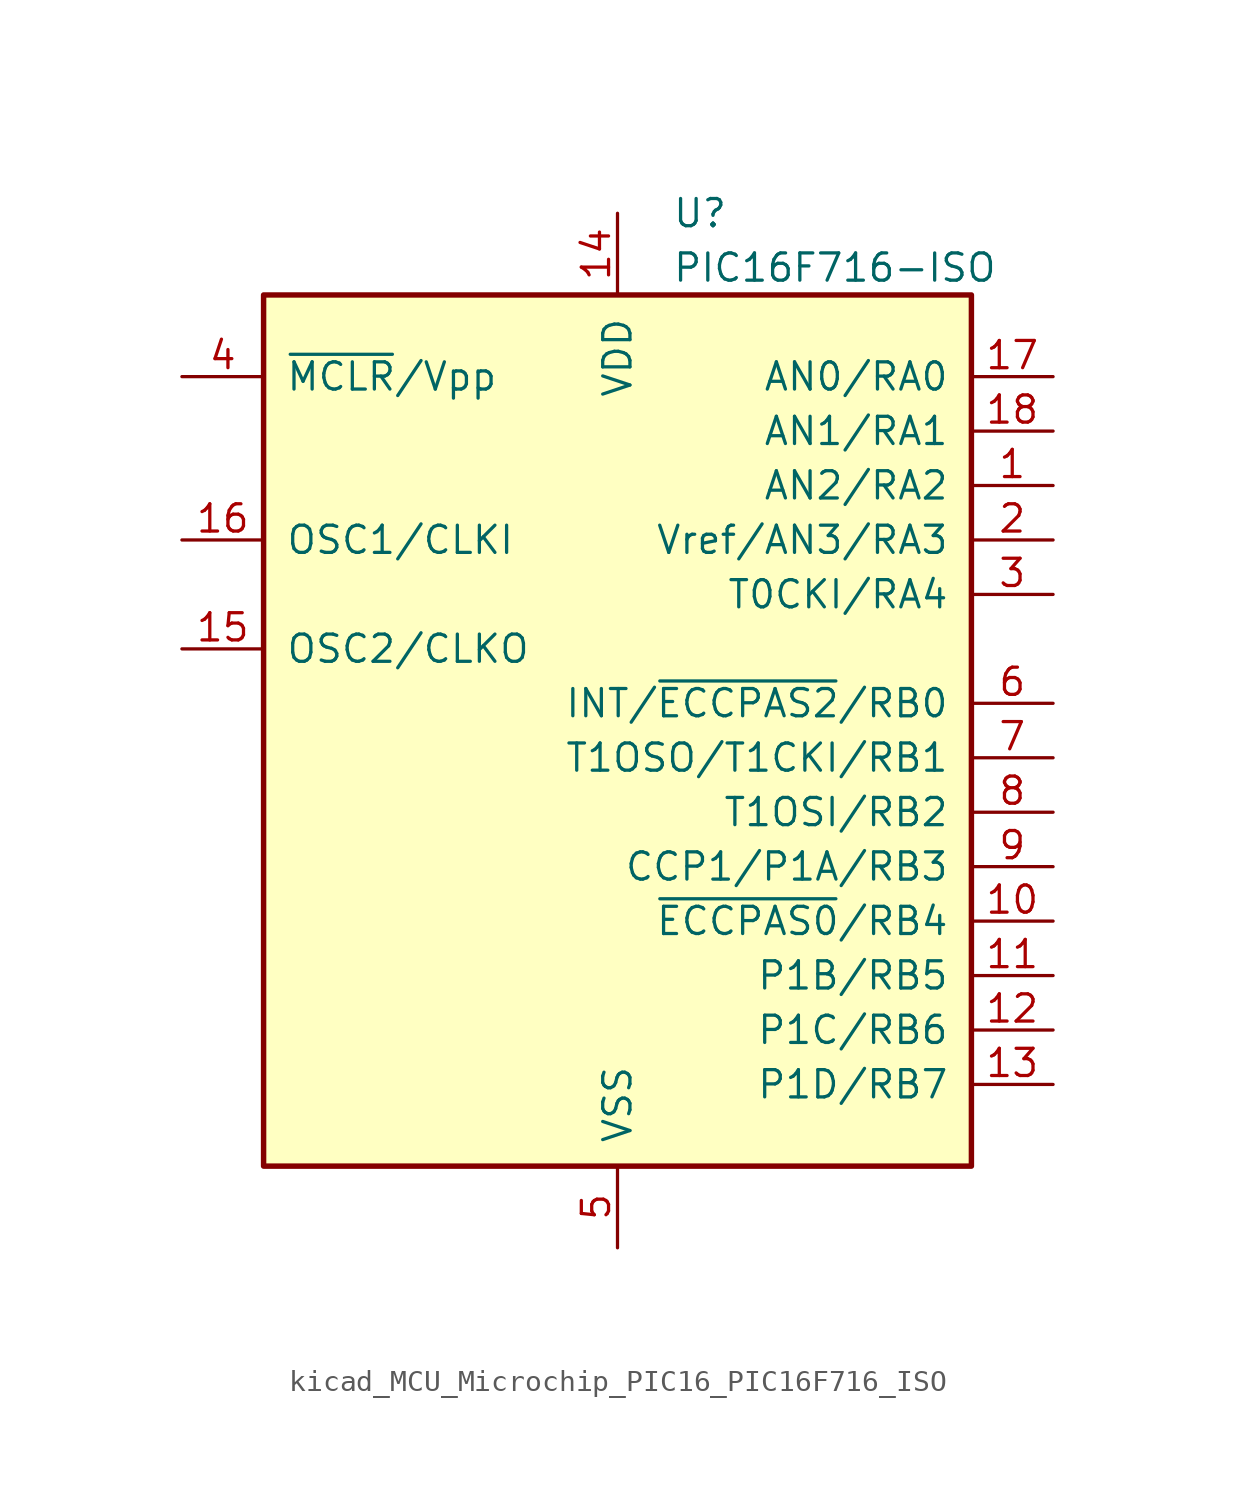
<source format=kicad_sym>
(kicad_symbol_lib
  (version 20220914)
  (generator kicad_symbol_editor)
  (symbol "kicad_MCU_Microchip_PIC16_PIC16F716_ISO"
    (pin_names
      (offset 1.016))
    (property "Reference" "U"
      (at 2.54 22.86 0)
      (effects (font (size 1.27 1.27)) (justify left)))
    (property "Value" "PIC16F716-ISO"
      (at 2.54 20.32 0)
      (effects (font (size 1.27 1.27)) (justify left)))
    (symbol "kicad_MCU_Microchip_PIC16_PIC16F716_ISO_0_1"
      (rectangle (start -16.51 19.05) (end 16.51 -21.59) (stroke (width 0.254) (type default)) (fill (type background))))
    (symbol "kicad_MCU_Microchip_PIC16_PIC16F716_ISO_1_1"
      (pin bidirectional line (at 20.32 10.16 180) (length 3.81) (name "AN2/RA2" (effects (font (size 1.27 1.27)))) (number "1" (effects (font (size 1.27 1.27)))))
      (pin bidirectional line (at 20.32 -10.16 180) (length 3.81) (name "~{ECCPAS0}/RB4" (effects (font (size 1.27 1.27)))) (number "10" (effects (font (size 1.27 1.27)))))
      (pin bidirectional line (at 20.32 -12.7 180) (length 3.81) (name "P1B/RB5" (effects (font (size 1.27 1.27)))) (number "11" (effects (font (size 1.27 1.27)))))
      (pin bidirectional line (at 20.32 -15.24 180) (length 3.81) (name "P1C/RB6" (effects (font (size 1.27 1.27)))) (number "12" (effects (font (size 1.27 1.27)))))
      (pin bidirectional line (at 20.32 -17.78 180) (length 3.81) (name "P1D/RB7" (effects (font (size 1.27 1.27)))) (number "13" (effects (font (size 1.27 1.27)))))
      (pin power_in line (at 0 22.86 270) (length 3.81) (name "VDD" (effects (font (size 1.27 1.27)))) (number "14" (effects (font (size 1.27 1.27)))))
      (pin output line (at -20.32 2.54 0) (length 3.81) (name "OSC2/CLKO" (effects (font (size 1.27 1.27)))) (number "15" (effects (font (size 1.27 1.27)))))
      (pin input line (at -20.32 7.62 0) (length 3.81) (name "OSC1/CLKI" (effects (font (size 1.27 1.27)))) (number "16" (effects (font (size 1.27 1.27)))))
      (pin bidirectional line (at 20.32 15.24 180) (length 3.81) (name "AN0/RA0" (effects (font (size 1.27 1.27)))) (number "17" (effects (font (size 1.27 1.27)))))
      (pin bidirectional line (at 20.32 12.7 180) (length 3.81) (name "AN1/RA1" (effects (font (size 1.27 1.27)))) (number "18" (effects (font (size 1.27 1.27)))))
      (pin bidirectional line (at 20.32 7.62 180) (length 3.81) (name "Vref/AN3/RA3" (effects (font (size 1.27 1.27)))) (number "2" (effects (font (size 1.27 1.27)))))
      (pin output line (at 20.32 5.08 180) (length 3.81) (name "T0CKI/RA4" (effects (font (size 1.27 1.27)))) (number "3" (effects (font (size 1.27 1.27)))))
      (pin input line (at -20.32 15.24 0) (length 3.81) (name "~{MCLR}/Vpp" (effects (font (size 1.27 1.27)))) (number "4" (effects (font (size 1.27 1.27)))))
      (pin power_in line (at 0 -25.4 90) (length 3.81) (name "VSS" (effects (font (size 1.27 1.27)))) (number "5" (effects (font (size 1.27 1.27)))))
      (pin bidirectional line (at 20.32 0 180) (length 3.81) (name "INT/~{ECCPAS2}/RB0" (effects (font (size 1.27 1.27)))) (number "6" (effects (font (size 1.27 1.27)))))
      (pin bidirectional line (at 20.32 -2.54 180) (length 3.81) (name "T1OSO/T1CKI/RB1" (effects (font (size 1.27 1.27)))) (number "7" (effects (font (size 1.27 1.27)))))
      (pin bidirectional line (at 20.32 -5.08 180) (length 3.81) (name "T1OSI/RB2" (effects (font (size 1.27 1.27)))) (number "8" (effects (font (size 1.27 1.27)))))
      (pin bidirectional line (at 20.32 -7.62 180) (length 3.81) (name "CCP1/P1A/RB3" (effects (font (size 1.27 1.27)))) (number "9" (effects (font (size 1.27 1.27))))))))
</source>
